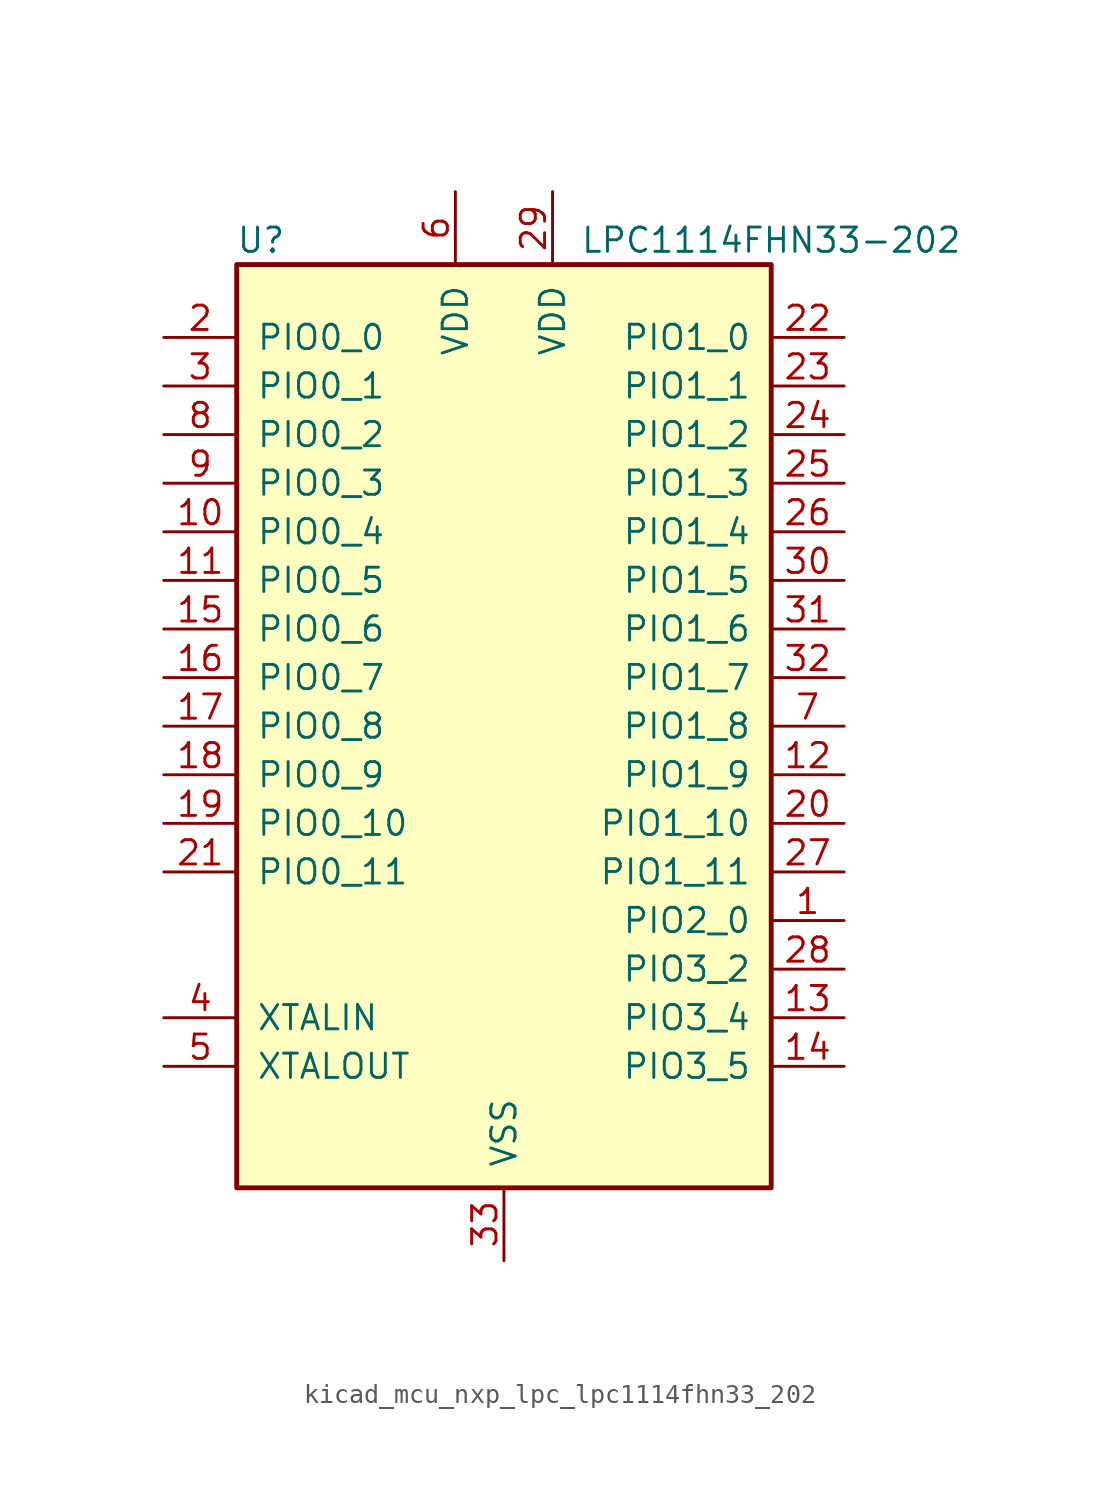
<source format=kicad_sym>
(kicad_symbol_lib
  (version 20220914)
  (generator kicad_symbol_editor)
  (symbol "kicad_mcu_nxp_lpc_lpc1114fhn33_202"
    (pin_names
      (offset 1.016))
    (property "Reference" "U"
      (at -12.7 25.4 0)
      (effects (font (size 1.27 1.27))))
    (property "Value" "LPC1114FHN33-202"
      (at 13.97 25.4 0)
      (effects (font (size 1.27 1.27))))
    (symbol "kicad_mcu_nxp_lpc_lpc1114fhn33_202_0_1"
      (rectangle (start -13.97 24.13) (end 13.97 -24.13) (stroke (width 0.254) (type default)) (fill (type background))))
    (symbol "kicad_mcu_nxp_lpc_lpc1114fhn33_202_1_1"
      (pin bidirectional line (at 17.78 -10.16 180) (length 3.81) (name "PIO2_0" (effects (font (size 1.27 1.27)))) (number "1" (effects (font (size 1.27 1.27)))))
      (pin bidirectional line (at -17.78 10.16 0) (length 3.81) (name "PIO0_4" (effects (font (size 1.27 1.27)))) (number "10" (effects (font (size 1.27 1.27)))))
      (pin bidirectional line (at -17.78 7.62 0) (length 3.81) (name "PIO0_5" (effects (font (size 1.27 1.27)))) (number "11" (effects (font (size 1.27 1.27)))))
      (pin bidirectional line (at 17.78 -2.54 180) (length 3.81) (name "PIO1_9" (effects (font (size 1.27 1.27)))) (number "12" (effects (font (size 1.27 1.27)))))
      (pin bidirectional line (at 17.78 -15.24 180) (length 3.81) (name "PIO3_4" (effects (font (size 1.27 1.27)))) (number "13" (effects (font (size 1.27 1.27)))))
      (pin bidirectional line (at 17.78 -17.78 180) (length 3.81) (name "PIO3_5" (effects (font (size 1.27 1.27)))) (number "14" (effects (font (size 1.27 1.27)))))
      (pin bidirectional line (at -17.78 5.08 0) (length 3.81) (name "PIO0_6" (effects (font (size 1.27 1.27)))) (number "15" (effects (font (size 1.27 1.27)))))
      (pin bidirectional line (at -17.78 2.54 0) (length 3.81) (name "PIO0_7" (effects (font (size 1.27 1.27)))) (number "16" (effects (font (size 1.27 1.27)))))
      (pin bidirectional line (at -17.78 0 0) (length 3.81) (name "PIO0_8" (effects (font (size 1.27 1.27)))) (number "17" (effects (font (size 1.27 1.27)))))
      (pin bidirectional line (at -17.78 -2.54 0) (length 3.81) (name "PIO0_9" (effects (font (size 1.27 1.27)))) (number "18" (effects (font (size 1.27 1.27)))))
      (pin bidirectional line (at -17.78 -5.08 0) (length 3.81) (name "PIO0_10" (effects (font (size 1.27 1.27)))) (number "19" (effects (font (size 1.27 1.27)))))
      (pin bidirectional line (at -17.78 20.32 0) (length 3.81) (name "PIO0_0" (effects (font (size 1.27 1.27)))) (number "2" (effects (font (size 1.27 1.27)))))
      (pin bidirectional line (at 17.78 -5.08 180) (length 3.81) (name "PIO1_10" (effects (font (size 1.27 1.27)))) (number "20" (effects (font (size 1.27 1.27)))))
      (pin bidirectional line (at -17.78 -7.62 0) (length 3.81) (name "PIO0_11" (effects (font (size 1.27 1.27)))) (number "21" (effects (font (size 1.27 1.27)))))
      (pin bidirectional line (at 17.78 20.32 180) (length 3.81) (name "PIO1_0" (effects (font (size 1.27 1.27)))) (number "22" (effects (font (size 1.27 1.27)))))
      (pin bidirectional line (at 17.78 17.78 180) (length 3.81) (name "PIO1_1" (effects (font (size 1.27 1.27)))) (number "23" (effects (font (size 1.27 1.27)))))
      (pin bidirectional line (at 17.78 15.24 180) (length 3.81) (name "PIO1_2" (effects (font (size 1.27 1.27)))) (number "24" (effects (font (size 1.27 1.27)))))
      (pin bidirectional line (at 17.78 12.7 180) (length 3.81) (name "PIO1_3" (effects (font (size 1.27 1.27)))) (number "25" (effects (font (size 1.27 1.27)))))
      (pin bidirectional line (at 17.78 10.16 180) (length 3.81) (name "PIO1_4" (effects (font (size 1.27 1.27)))) (number "26" (effects (font (size 1.27 1.27)))))
      (pin bidirectional line (at 17.78 -7.62 180) (length 3.81) (name "PIO1_11" (effects (font (size 1.27 1.27)))) (number "27" (effects (font (size 1.27 1.27)))))
      (pin bidirectional line (at 17.78 -12.7 180) (length 3.81) (name "PIO3_2" (effects (font (size 1.27 1.27)))) (number "28" (effects (font (size 1.27 1.27)))))
      (pin power_in line (at 2.54 27.94 270) (length 3.81) (name "VDD" (effects (font (size 1.27 1.27)))) (number "29" (effects (font (size 1.27 1.27)))))
      (pin bidirectional line (at -17.78 17.78 0) (length 3.81) (name "PIO0_1" (effects (font (size 1.27 1.27)))) (number "3" (effects (font (size 1.27 1.27)))))
      (pin bidirectional line (at 17.78 7.62 180) (length 3.81) (name "PIO1_5" (effects (font (size 1.27 1.27)))) (number "30" (effects (font (size 1.27 1.27)))))
      (pin bidirectional line (at 17.78 5.08 180) (length 3.81) (name "PIO1_6" (effects (font (size 1.27 1.27)))) (number "31" (effects (font (size 1.27 1.27)))))
      (pin bidirectional line (at 17.78 2.54 180) (length 3.81) (name "PIO1_7" (effects (font (size 1.27 1.27)))) (number "32" (effects (font (size 1.27 1.27)))))
      (pin power_in line (at 0 -27.94 90) (length 3.81) (name "VSS" (effects (font (size 1.27 1.27)))) (number "33" (effects (font (size 1.27 1.27)))))
      (pin input line (at -17.78 -15.24 0) (length 3.81) (name "XTALIN" (effects (font (size 1.27 1.27)))) (number "4" (effects (font (size 1.27 1.27)))))
      (pin output line (at -17.78 -17.78 0) (length 3.81) (name "XTALOUT" (effects (font (size 1.27 1.27)))) (number "5" (effects (font (size 1.27 1.27)))))
      (pin power_in line (at -2.54 27.94 270) (length 3.81) (name "VDD" (effects (font (size 1.27 1.27)))) (number "6" (effects (font (size 1.27 1.27)))))
      (pin bidirectional line (at 17.78 0 180) (length 3.81) (name "PIO1_8" (effects (font (size 1.27 1.27)))) (number "7" (effects (font (size 1.27 1.27)))))
      (pin bidirectional line (at -17.78 15.24 0) (length 3.81) (name "PIO0_2" (effects (font (size 1.27 1.27)))) (number "8" (effects (font (size 1.27 1.27)))))
      (pin bidirectional line (at -17.78 12.7 0) (length 3.81) (name "PIO0_3" (effects (font (size 1.27 1.27)))) (number "9" (effects (font (size 1.27 1.27))))))))
</source>
